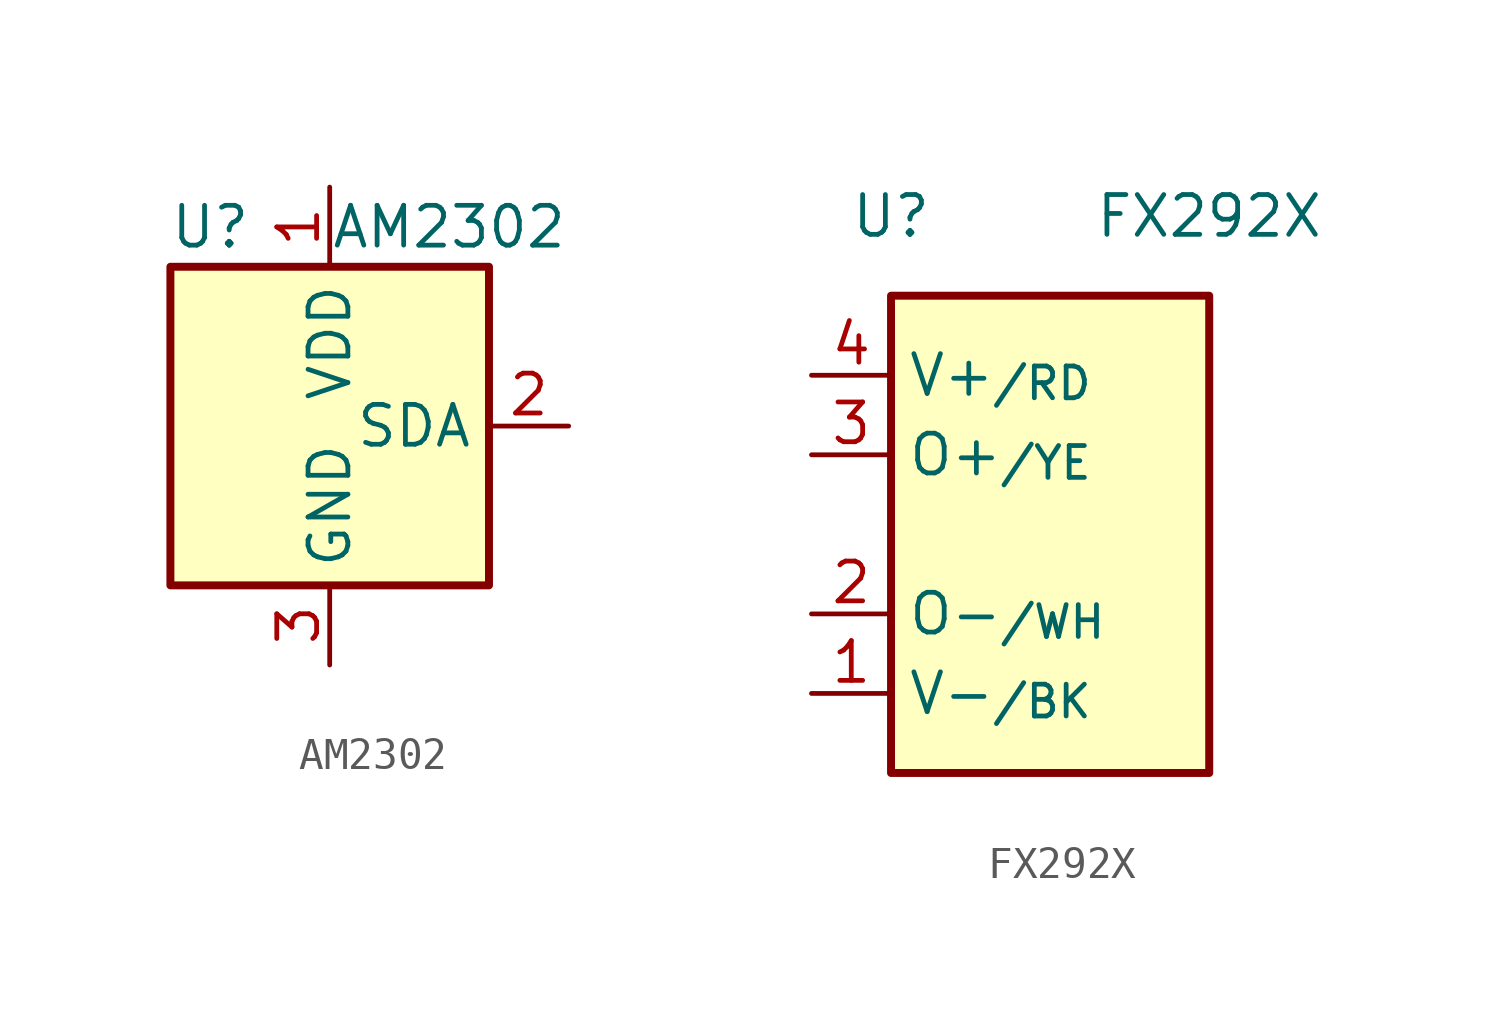
<source format=kicad_sym>
(kicad_symbol_lib
  (version 20220914)
  (generator kicad_symbol_editor)
  (symbol "AM2302"
    (property "Reference" "U"
      (at -3.81 6.35 0)
      (effects (font (size 1.27 1.27))))
    (property "Value" "AM2302"
      (at 3.81 6.35 0)
      (effects (font (size 1.27 1.27))))
    (symbol "AM2302_0_1"
      (rectangle (start -5.08 5.08) (end 5.08 -5.08) (stroke (width 0.254) (type default)) (fill (type background))))
    (symbol "AM2302_1_1"
      (pin power_in line (at 0 7.62 270) (length 2.54) (name "VDD" (effects (font (size 1.27 1.27)))) (number "1" (effects (font (size 1.27 1.27)))))
      (pin bidirectional line (at 7.62 0 180) (length 2.54) (name "SDA" (effects (font (size 1.27 1.27)))) (number "2" (effects (font (size 1.27 1.27)))))
      (pin power_in line (at 0 -7.62 90) (length 2.54) (name "GND" (effects (font (size 1.27 1.27)))) (number "3" (effects (font (size 1.27 1.27)))))
      (pin passive line (at 0 -7.62 90) (length 2.54) hide (name "GND" (effects (font (size 1.27 1.27)))) (number "4" (effects (font (size 1.27 1.27)))))))
  (symbol "FX292X"
    (property "Reference" "U"
      (at -5.08 10.16 0)
      (effects (font (size 1.27 1.27))))
    (property "Value" "FX292X"
      (at 5.08 10.16 0)
      (effects (font (size 1.27 1.27))))
    (symbol "FX292X_0_0"
      (pin power_in line (at -7.62 -5.08 0) (length 2.54) (name "V-_{/BK}" (effects (font (size 1.27 1.27)))) (number "1" (effects (font (size 1.27 1.27)))))
      (pin passive line (at -7.62 -2.54 0) (length 2.54) (name "O-_{/WH}" (effects (font (size 1.27 1.27)))) (number "2" (effects (font (size 1.27 1.27)))))
      (pin passive line (at -7.62 2.54 0) (length 2.54) (name "O+_{/YE}" (effects (font (size 1.27 1.27)))) (number "3" (effects (font (size 1.27 1.27)))))
      (pin power_in line (at -7.62 5.08 0) (length 2.54) (name "V+_{/RD}" (effects (font (size 1.27 1.27)))) (number "4" (effects (font (size 1.27 1.27))))))
    (symbol "FX292X_0_1"
      (rectangle (start -5.08 7.62) (end 5.08 -7.62) (stroke (width 0.254) (type default) (color 0 0 0 0)) (fill (type background))))))
</source>
